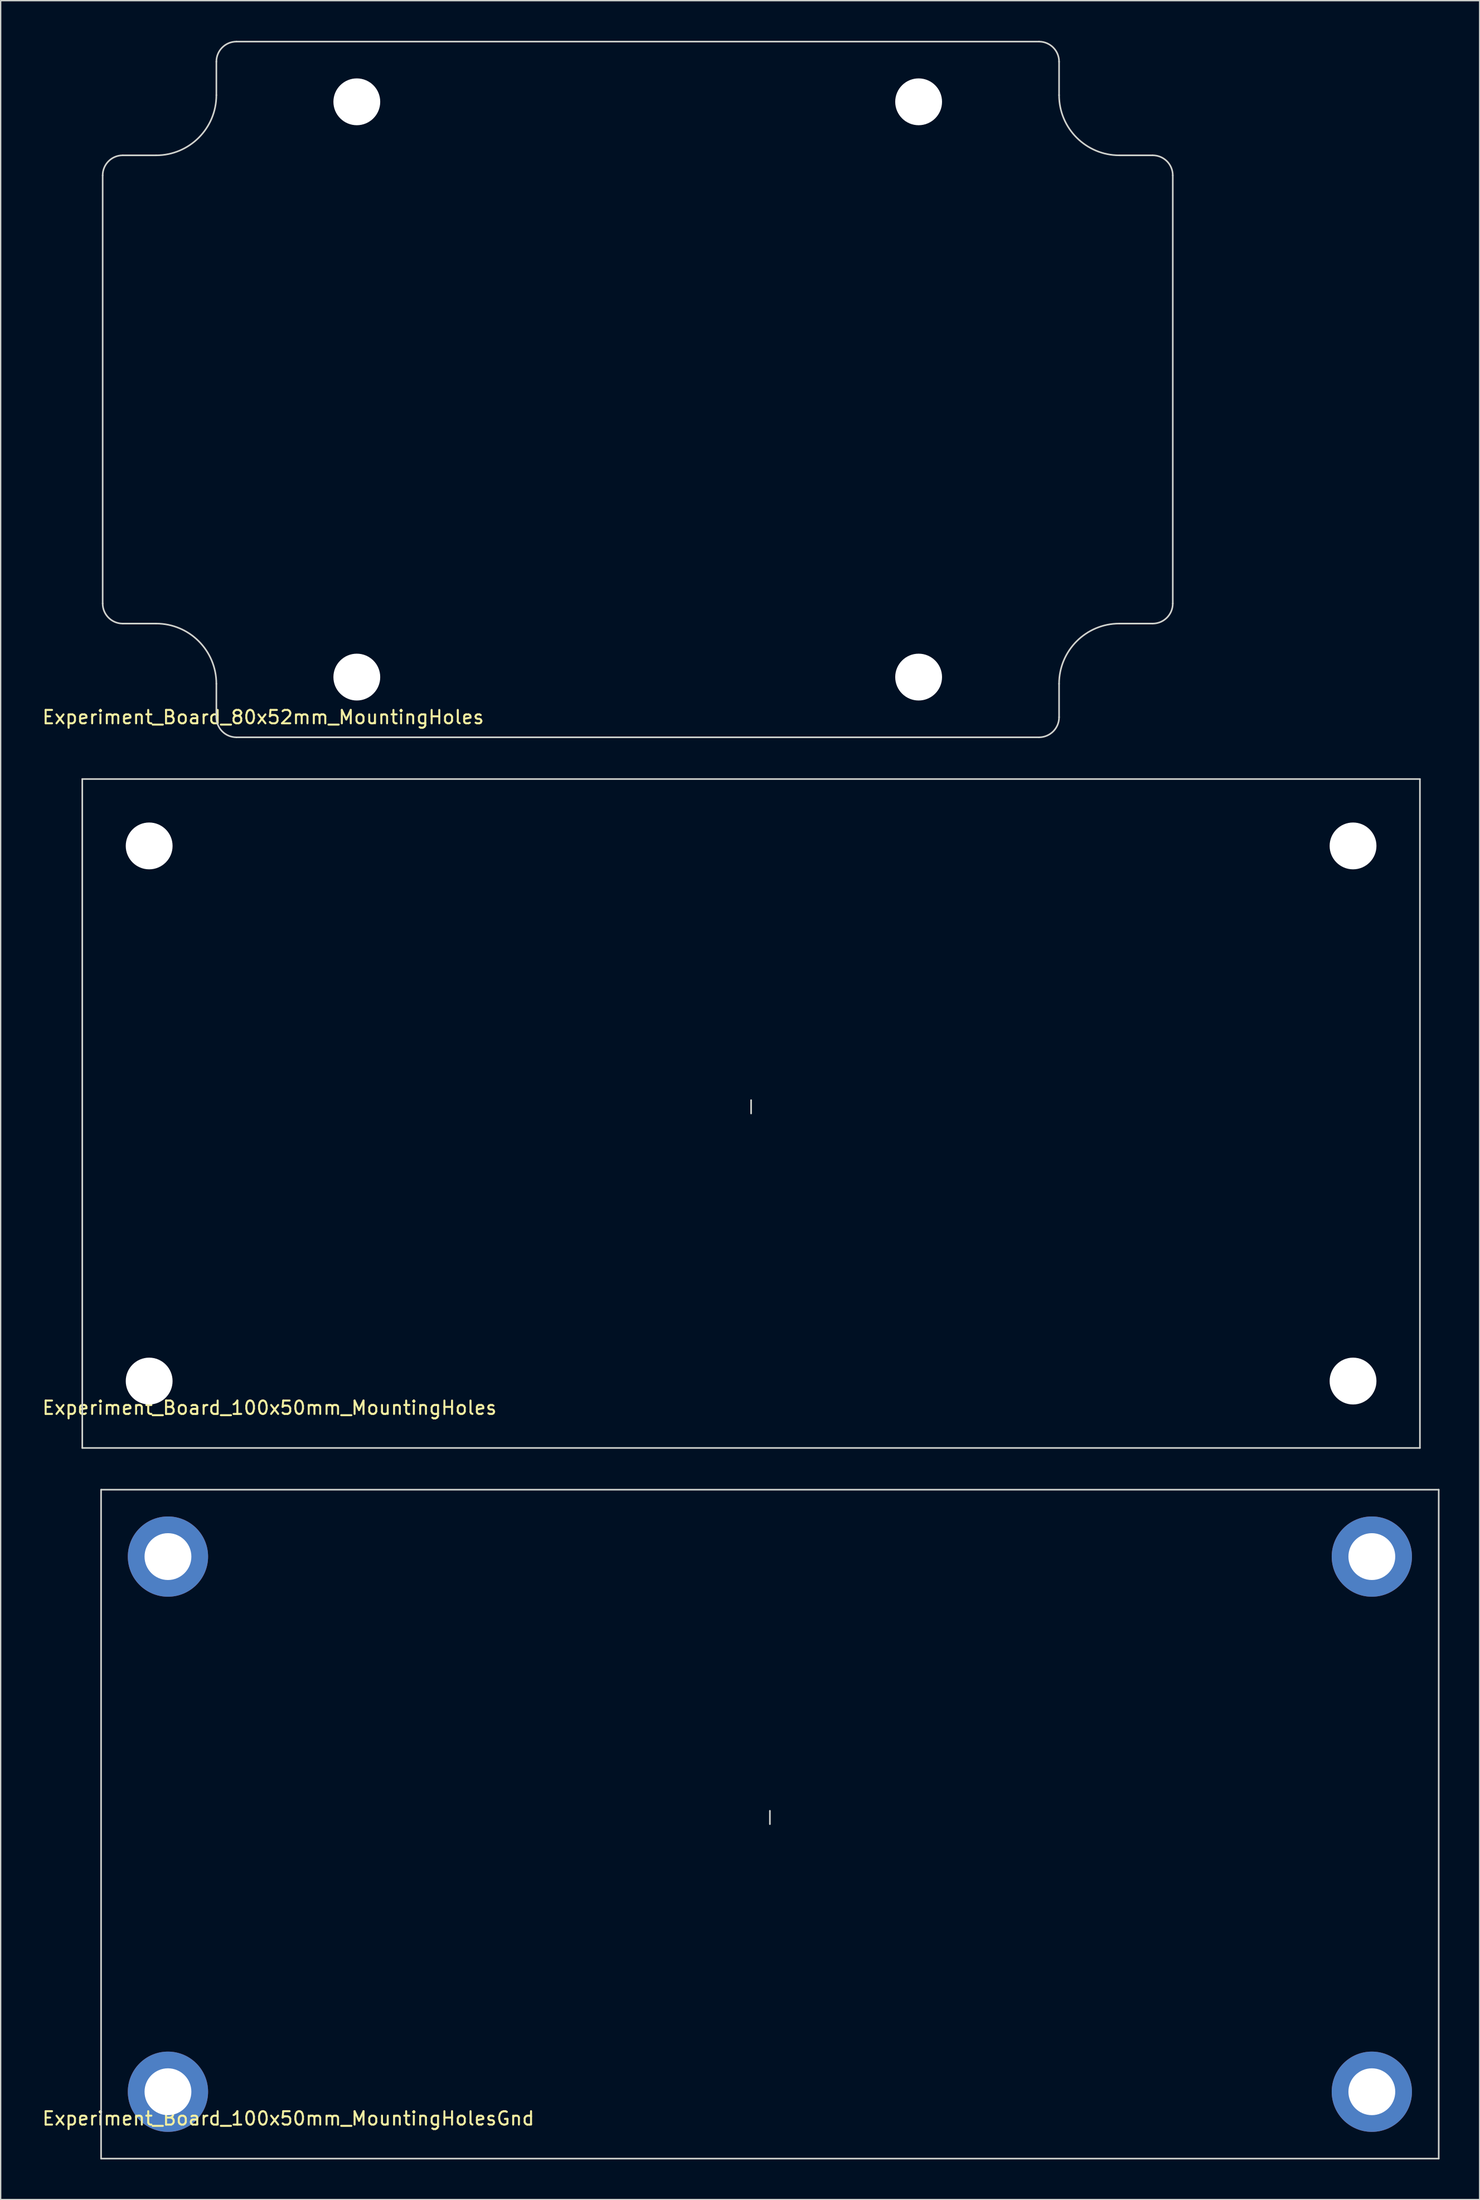
<source format=kicad_pcb>
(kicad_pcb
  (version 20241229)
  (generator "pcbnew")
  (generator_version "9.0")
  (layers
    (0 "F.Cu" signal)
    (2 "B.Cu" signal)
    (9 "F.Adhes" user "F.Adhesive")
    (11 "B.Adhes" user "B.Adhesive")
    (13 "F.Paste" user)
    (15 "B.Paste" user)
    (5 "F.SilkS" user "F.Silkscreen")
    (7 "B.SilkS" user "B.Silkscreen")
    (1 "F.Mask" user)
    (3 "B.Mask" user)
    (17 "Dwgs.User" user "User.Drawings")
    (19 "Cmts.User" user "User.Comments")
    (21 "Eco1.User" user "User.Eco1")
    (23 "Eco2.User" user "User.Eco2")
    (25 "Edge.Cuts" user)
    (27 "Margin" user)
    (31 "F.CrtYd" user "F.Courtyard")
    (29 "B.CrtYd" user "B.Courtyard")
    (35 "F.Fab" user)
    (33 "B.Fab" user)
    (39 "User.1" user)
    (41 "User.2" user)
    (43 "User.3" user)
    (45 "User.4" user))
  (footprint "Experiment_Board_100x50mm_MountingHolesGnd"
    (layer "F.Cu")
    (at 54.506 133.3)
    (property "Reference" "Experiment_Board_100x50mm_MountingHolesGnd" (at -36 22 0) (layer "F.SilkS") (effects (font (size 1 1) (thickness 0.15))))
    (attr through_hole)
    (fp_line (start -50 -25) (end 50 -25) (stroke (width 0.12) (type solid)) (layer "Edge.Cuts"))
    (fp_line (start -50 25) (end -50 -25) (stroke (width 0.12) (type solid)) (layer "Edge.Cuts"))
    (fp_line (start 0 0) (end 0 -1) (stroke (width 0.12) (type solid)) (layer "Edge.Cuts"))
    (fp_line (start 50 -25) (end 50 25) (stroke (width 0.12) (type solid)) (layer "Edge.Cuts"))
    (fp_line (start 50 25) (end -50 25) (stroke (width 0.12) (type solid)) (layer "Edge.Cuts"))
    (pad "1" thru_hole circle (at -45 -20) (size 6 6) (drill 3.5) (layers "*.Cu" "*.Paste" "*.Mask"))
    (pad "1" thru_hole circle (at -45 20) (size 6 6) (drill 3.5) (layers "*.Cu" "*.Paste" "*.Mask"))
    (pad "1" thru_hole circle (at 45 -20) (size 6 6) (drill 3.5) (layers "*.Cu" "*.Paste" "*.Mask"))
    (pad "1" thru_hole circle (at 45 20) (size 6 6) (drill 3.5) (layers "*.Cu" "*.Paste" "*.Mask")))
  (footprint "Experiment_Board_100x50mm_MountingHoles"
    (layer "F.Cu")
    (at 53.101 80.18)
    (property "Reference" "Experiment_Board_100x50mm_MountingHoles" (at -36 22 0) (layer "F.SilkS") (effects (font (size 1 1) (thickness 0.15))))
    (attr through_hole)
    (fp_line (start -50 -25) (end 50 -25) (stroke (width 0.12) (type solid)) (layer "Edge.Cuts"))
    (fp_line (start -50 25) (end -50 -25) (stroke (width 0.12) (type solid)) (layer "Edge.Cuts"))
    (fp_line (start 0 0) (end 0 -1) (stroke (width 0.12) (type solid)) (layer "Edge.Cuts"))
    (fp_line (start 50 -25) (end 50 25) (stroke (width 0.12) (type solid)) (layer "Edge.Cuts"))
    (fp_line (start 50 25) (end -50 25) (stroke (width 0.12) (type solid)) (layer "Edge.Cuts"))
    (pad "" np_thru_hole circle (at -45 -20) (size 3.5 3.5) (drill 3.5) (layers "*.Cu" "*.Mask"))
    (pad "" np_thru_hole circle (at -45 20) (size 3.5 3.5) (drill 3.5) (layers "*.Cu" "*.Mask"))
    (pad "" np_thru_hole circle (at 45 -20) (size 3.5 3.5) (drill 3.5) (layers "*.Cu" "*.Mask"))
    (pad "" np_thru_hole circle (at 45 20) (size 3.5 3.5) (drill 3.5) (layers "*.Cu" "*.Mask")))
  (footprint "Experiment_Board_80x52mm_MountingHoles"
    (layer "F.Cu")
    (at 44.625 26.06)
    (property "Reference" "Experiment_Board_80x52mm_MountingHoles" (at -28 24.5 0) (layer "F.SilkS") (effects (font (size 1 1) (thickness 0.15))))
    (attr through_hole)
    (fp_line (start -40 -16) (end -40 16) (stroke (width 0.12) (type solid)) (layer "Edge.Cuts"))
    (fp_line (start -38.5 -17.5) (end -36 -17.5) (stroke (width 0.12) (type solid)) (layer "Edge.Cuts"))
    (fp_line (start -38.5 17.5) (end -36 17.5) (stroke (width 0.12) (type solid)) (layer "Edge.Cuts"))
    (fp_line (start -31.5 -22) (end -31.5 -24.5) (stroke (width 0.12) (type solid)) (layer "Edge.Cuts"))
    (fp_line (start -31.5 22) (end -31.5 24.5) (stroke (width 0.12) (type solid)) (layer "Edge.Cuts"))
    (fp_line (start -30 -26) (end 30 -26) (stroke (width 0.12) (type solid)) (layer "Edge.Cuts"))
    (fp_line (start -30 26) (end 30 26) (stroke (width 0.12) (type solid)) (layer "Edge.Cuts"))
    (fp_line (start 31.5 -24.5) (end 31.5 -22) (stroke (width 0.12) (type solid)) (layer "Edge.Cuts"))
    (fp_line (start 31.5 22) (end 31.5 24.5) (stroke (width 0.12) (type solid)) (layer "Edge.Cuts"))
    (fp_line (start 38.5 -17.5) (end 36 -17.5) (stroke (width 0.12) (type solid)) (layer "Edge.Cuts"))
    (fp_line (start 38.5 17.5) (end 36 17.5) (stroke (width 0.12) (type solid)) (layer "Edge.Cuts"))
    (fp_line (start 40 -16) (end 40 16) (stroke (width 0.12) (type solid)) (layer "Edge.Cuts"))
    (fp_arc (start -40 -16) (mid -39.56066 -17.06066) (end -38.5 -17.5) (stroke (width 0.12) (type solid)) (layer "Edge.Cuts"))
    (fp_arc (start -38.5 17.5) (mid -39.56066 17.06066) (end -40 16) (stroke (width 0.12) (type solid)) (layer "Edge.Cuts"))
    (fp_arc (start -36 17.5) (mid -32.818019 18.818019) (end -31.5 22) (stroke (width 0.12) (type solid)) (layer "Edge.Cuts"))
    (fp_arc (start -31.5 -24.5) (mid -31.06066 -25.56066) (end -30 -26) (stroke (width 0.12) (type solid)) (layer "Edge.Cuts"))
    (fp_arc (start -31.5 -22) (mid -32.818019 -18.818019) (end -36 -17.5) (stroke (width 0.12) (type solid)) (layer "Edge.Cuts"))
    (fp_arc (start -30 26) (mid -31.06066 25.56066) (end -31.5 24.5) (stroke (width 0.12) (type solid)) (layer "Edge.Cuts"))
    (fp_arc (start 30 -26) (mid 31.06066 -25.56066) (end 31.5 -24.5) (stroke (width 0.12) (type solid)) (layer "Edge.Cuts"))
    (fp_arc (start 31.5 22) (mid 32.818019 18.818019) (end 36 17.5) (stroke (width 0.12) (type solid)) (layer "Edge.Cuts"))
    (fp_arc (start 31.5 24.5) (mid 31.06066 25.56066) (end 30 26) (stroke (width 0.12) (type solid)) (layer "Edge.Cuts"))
    (fp_arc (start 36 -17.5) (mid 32.818019 -18.818019) (end 31.5 -22) (stroke (width 0.12) (type solid)) (layer "Edge.Cuts"))
    (fp_arc (start 38.5 -17.5) (mid 39.56066 -17.06066) (end 40 -16) (stroke (width 0.12) (type solid)) (layer "Edge.Cuts"))
    (fp_arc (start 40 16) (mid 39.56066 17.06066) (end 38.5 17.5) (stroke (width 0.12) (type solid)) (layer "Edge.Cuts"))
    (pad "" np_thru_hole circle (at -21 -21.5) (size 3.5 3.5) (drill 3.5) (layers "*.Cu" "*.Mask"))
    (pad "" np_thru_hole circle (at -21 21.5) (size 3.5 3.5) (drill 3.5) (layers "*.Cu" "*.Mask"))
    (pad "" np_thru_hole circle (at 21 -21.5) (size 3.5 3.5) (drill 3.5) (layers "*.Cu" "*.Mask"))
    (pad "" np_thru_hole circle (at 21 21.5) (size 3.5 3.5) (drill 3.5) (layers "*.Cu" "*.Mask")))
  (gr_rect
    (start -3 -3)
    (end 107.566 161.36)
    (stroke (width 0.1) (type default))
    (fill no)
    (layer "Edge.Cuts")))
</source>
